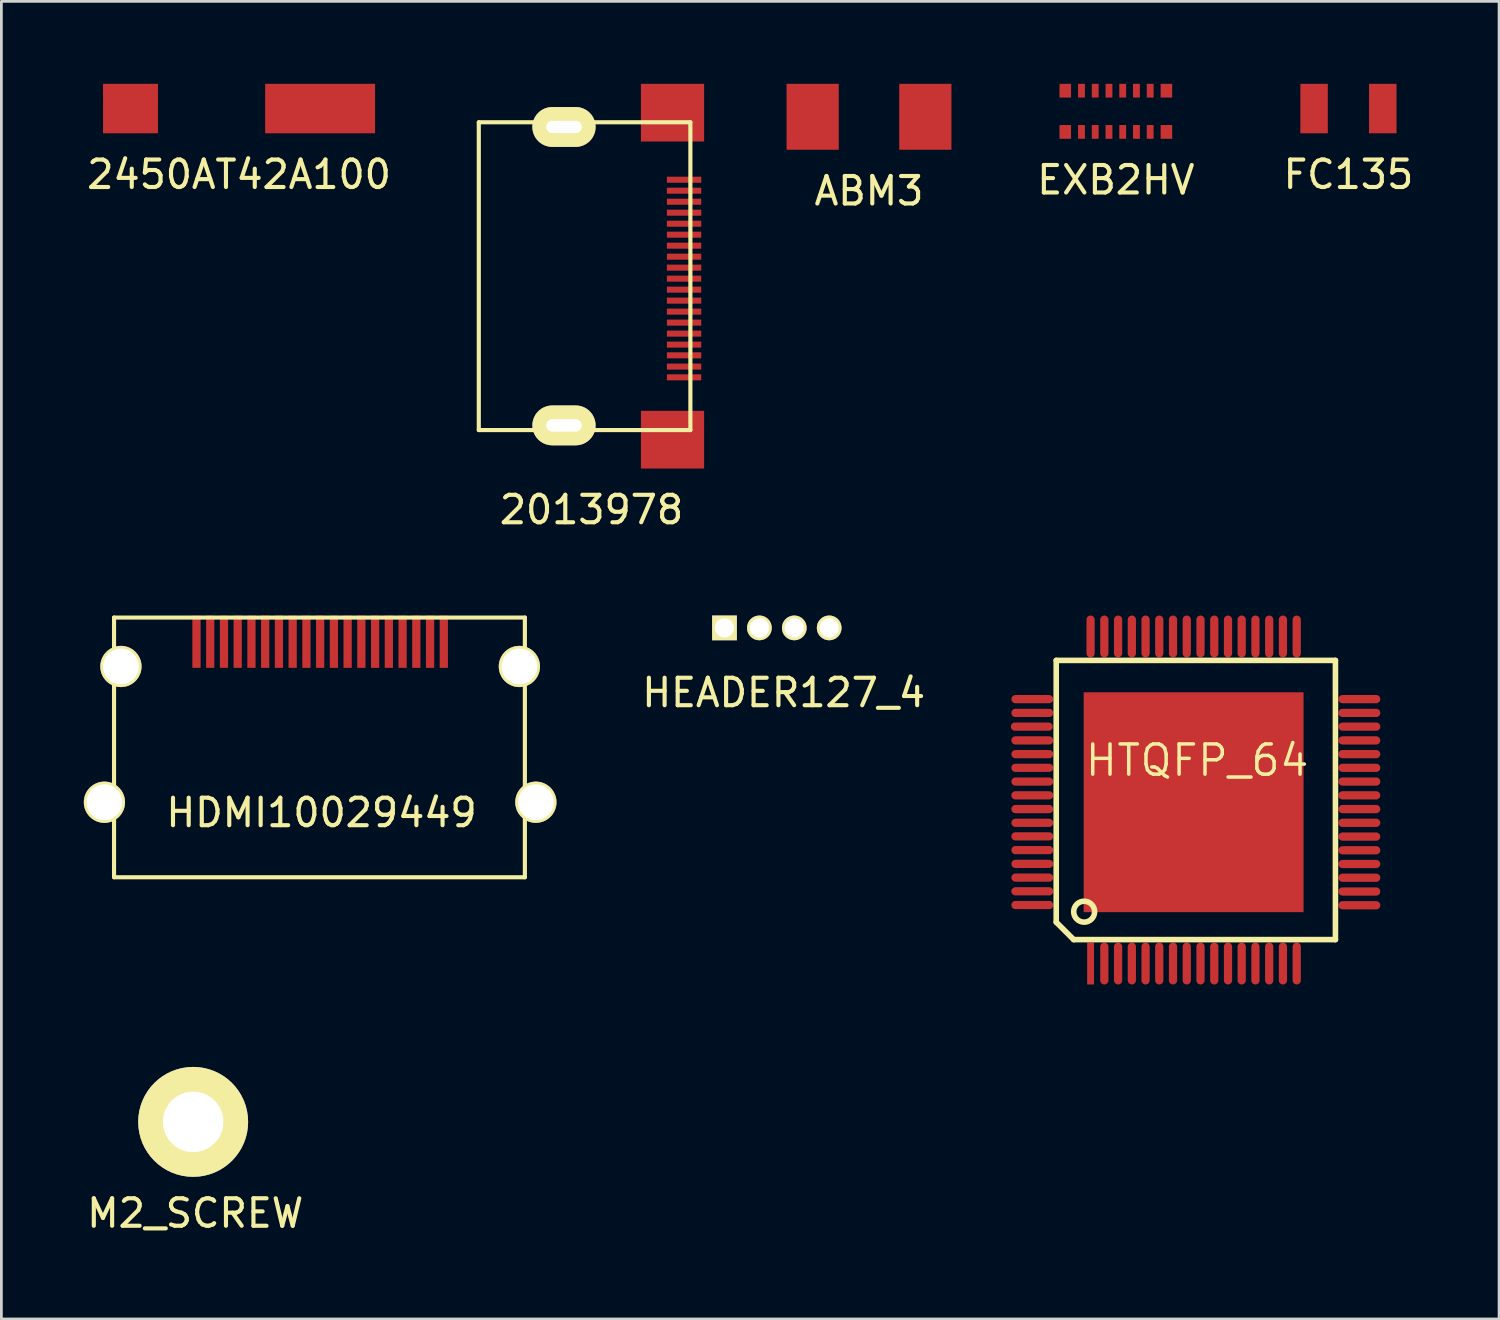
<source format=kicad_pcb>
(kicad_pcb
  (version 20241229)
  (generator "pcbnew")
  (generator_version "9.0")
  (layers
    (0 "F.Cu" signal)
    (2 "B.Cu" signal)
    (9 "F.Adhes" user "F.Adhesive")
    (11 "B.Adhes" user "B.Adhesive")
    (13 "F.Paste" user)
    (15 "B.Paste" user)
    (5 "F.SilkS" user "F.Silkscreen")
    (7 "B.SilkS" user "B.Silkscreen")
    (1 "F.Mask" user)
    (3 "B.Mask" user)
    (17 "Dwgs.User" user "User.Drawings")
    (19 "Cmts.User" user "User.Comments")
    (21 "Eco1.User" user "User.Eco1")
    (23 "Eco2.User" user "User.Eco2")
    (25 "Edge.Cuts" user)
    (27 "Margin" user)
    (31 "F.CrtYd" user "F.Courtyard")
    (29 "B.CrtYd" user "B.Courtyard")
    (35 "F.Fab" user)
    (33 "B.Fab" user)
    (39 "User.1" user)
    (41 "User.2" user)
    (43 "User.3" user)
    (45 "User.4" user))
  (footprint "2013978"
    (layer "F.Cu")
    (at 18.473 7)
    (property "Reference" "2013978" (at 0 8.5 0) (layer "F.SilkS") (effects (font (size 1 1) (thickness 0.15))))
    (attr through_hole)
    (fp_line (start -4.1 -5.6) (end 3.6 -5.6) (stroke (width 0.15) (type solid)) (layer "F.SilkS"))
    (fp_line (start -4.1 5.6) (end -4.1 -5.6) (stroke (width 0.15) (type solid)) (layer "F.SilkS"))
    (fp_line (start 3.6 -5.6) (end 3.6 5.6) (stroke (width 0.15) (type solid)) (layer "F.SilkS"))
    (fp_line (start 3.6 5.6) (end -4.1 5.6) (stroke (width 0.15) (type solid)) (layer "F.SilkS"))
    (pad "1" smd rect (at 3.37 3.68) (size 1.25 0.22) (layers "F.Cu" "F.Mask" "F.Paste"))
    (pad "2" smd rect (at 3.37 3.29) (size 1.25 0.22) (layers "F.Cu" "F.Mask" "F.Paste"))
    (pad "3" smd rect (at 3.37 2.88) (size 1.25 0.22) (layers "F.Cu" "F.Mask" "F.Paste"))
    (pad "4" smd rect (at 3.37 2.49) (size 1.25 0.22) (layers "F.Cu" "F.Mask" "F.Paste"))
    (pad "5" smd rect (at 3.37 2.09) (size 1.25 0.22) (layers "F.Cu" "F.Mask" "F.Paste"))
    (pad "6" smd rect (at 3.37 1.69) (size 1.25 0.22) (layers "F.Cu" "F.Mask" "F.Paste"))
    (pad "7" smd rect (at 3.37 1.29) (size 1.25 0.22) (layers "F.Cu" "F.Mask" "F.Paste"))
    (pad "8" smd rect (at 3.37 0.89) (size 1.25 0.22) (layers "F.Cu" "F.Mask" "F.Paste"))
    (pad "9" smd rect (at 3.37 0.49) (size 1.25 0.22) (layers "F.Cu" "F.Mask" "F.Paste"))
    (pad "10" smd rect (at 3.37 0.09) (size 1.25 0.22) (layers "F.Cu" "F.Mask" "F.Paste"))
    (pad "11" smd rect (at 3.37 -0.31) (size 1.25 0.22) (layers "F.Cu" "F.Mask" "F.Paste"))
    (pad "12" smd rect (at 3.37 -0.71) (size 1.25 0.22) (layers "F.Cu" "F.Mask" "F.Paste"))
    (pad "13" smd rect (at 3.37 -1.11) (size 1.25 0.22) (layers "F.Cu" "F.Mask" "F.Paste"))
    (pad "14" smd rect (at 3.37 -1.51) (size 1.25 0.22) (layers "F.Cu" "F.Mask" "F.Paste"))
    (pad "15" smd rect (at 3.37 -1.91) (size 1.25 0.22) (layers "F.Cu" "F.Mask" "F.Paste"))
    (pad "16" smd rect (at 3.37 -2.31) (size 1.25 0.22) (layers "F.Cu" "F.Mask" "F.Paste"))
    (pad "17" smd rect (at 3.37 -2.71) (size 1.25 0.22) (layers "F.Cu" "F.Mask" "F.Paste"))
    (pad "18" smd rect (at 3.37 -3.11) (size 1.25 0.22) (layers "F.Cu" "F.Mask" "F.Paste"))
    (pad "19" smd rect (at 3.37 -3.51) (size 1.25 0.22) (layers "F.Cu" "F.Mask" "F.Paste"))
    (pad "20" thru_hole oval (at -1 -5.43) (size 2.3 1.45) (drill oval 1.3 0.45) (layers "*.Cu" "*.Mask" "F.SilkS"))
    (pad "21" thru_hole oval (at -1 5.43) (size 2.3 1.45) (drill oval 1.3 0.45) (layers "*.Cu" "*.Mask" "F.SilkS"))
    (pad "22" smd rect (at 2.95 -5.95) (size 2.3 2.1) (layers "F.Cu" "F.Mask" "F.Paste"))
    (pad "23" smd rect (at 2.95 5.95) (size 2.3 2.1) (layers "F.Cu" "F.Mask" "F.Paste")))
  (footprint "HDMI10029449"
    (layer "F.Cu")
    (at 8.6 23.073)
    (property "Reference" "HDMI10029449" (at 0.05 3.45 0) (layer "F.SilkS") (effects (font (size 1 1) (thickness 0.15))))
    (attr through_hole)
    (fp_line (start -7.5 -3.65) (end -7.5 5.8) (stroke (width 0.15) (type solid)) (layer "F.SilkS"))
    (fp_line (start -7.5 5.8) (end 7.45 5.8) (stroke (width 0.15) (type solid)) (layer "F.SilkS"))
    (fp_line (start 7.45 -3.65) (end -7.5 -3.65) (stroke (width 0.15) (type solid)) (layer "F.SilkS"))
    (fp_line (start 7.45 5.8) (end 7.45 -3.65) (stroke (width 0.15) (type solid)) (layer "F.SilkS"))
    (pad "1" smd rect (at 4.5 -2.77) (size 0.3 1.9) (layers "F.Cu" "F.Mask" "F.Paste"))
    (pad "2" smd rect (at 4 -2.77) (size 0.3 1.9) (layers "F.Cu" "F.Mask" "F.Paste"))
    (pad "3" smd rect (at 3.5 -2.77) (size 0.3 1.9) (layers "F.Cu" "F.Mask" "F.Paste"))
    (pad "4" smd rect (at 3 -2.77) (size 0.3 1.9) (layers "F.Cu" "F.Mask" "F.Paste"))
    (pad "5" smd rect (at 2.5 -2.77) (size 0.3 1.9) (layers "F.Cu" "F.Mask" "F.Paste"))
    (pad "6" smd rect (at 2 -2.77) (size 0.3 1.9) (layers "F.Cu" "F.Mask" "F.Paste"))
    (pad "7" smd rect (at 1.5 -2.77) (size 0.3 1.9) (layers "F.Cu" "F.Mask" "F.Paste"))
    (pad "8" smd rect (at 1 -2.77) (size 0.3 1.9) (layers "F.Cu" "F.Mask" "F.Paste"))
    (pad "9" smd rect (at 0.5 -2.77) (size 0.3 1.9) (layers "F.Cu" "F.Mask" "F.Paste"))
    (pad "10" smd rect (at 0 -2.77) (size 0.3 1.9) (layers "F.Cu" "F.Mask" "F.Paste"))
    (pad "11" smd rect (at -0.5 -2.77) (size 0.3 1.9) (layers "F.Cu" "F.Mask" "F.Paste"))
    (pad "12" smd rect (at -1 -2.77) (size 0.3 1.9) (layers "F.Cu" "F.Mask" "F.Paste"))
    (pad "13" smd rect (at -1.5 -2.77) (size 0.3 1.9) (layers "F.Cu" "F.Mask" "F.Paste"))
    (pad "14" smd rect (at -2 -2.77) (size 0.3 1.9) (layers "F.Cu" "F.Mask" "F.Paste"))
    (pad "15" smd rect (at -2.5 -2.77) (size 0.3 1.9) (layers "F.Cu" "F.Mask" "F.Paste"))
    (pad "16" smd rect (at -3 -2.77) (size 0.3 1.9) (layers "F.Cu" "F.Mask" "F.Paste"))
    (pad "17" smd rect (at -3.5 -2.77) (size 0.3 1.9) (layers "F.Cu" "F.Mask" "F.Paste"))
    (pad "18" smd rect (at -4 -2.77) (size 0.3 1.9) (layers "F.Cu" "F.Mask" "F.Paste"))
    (pad "19" smd rect (at -4.5 -2.77) (size 0.3 1.9) (layers "F.Cu" "F.Mask" "F.Paste"))
    (pad "20" thru_hole circle (at -7.25 -1.87) (size 1.5 1.5) (drill 1.3) (layers "*.Cu" "*.Mask" "F.SilkS"))
    (pad "21" thru_hole circle (at -7.85 3.07) (size 1.5 1.5) (drill 1.3) (layers "*.Cu" "*.Mask" "F.SilkS"))
    (pad "22" thru_hole circle (at 7.25 -1.87) (size 1.5 1.5) (drill 1.3) (layers "*.Cu" "*.Mask" "F.SilkS"))
    (pad "23" thru_hole circle (at 7.85 3.07) (size 1.5 1.5) (drill 1.3) (layers "*.Cu" "*.Mask" "F.SilkS")))
  (footprint "EXB2HV"
    (layer "F.Cu")
    (at 37.555 1)
    (property "Reference" "EXB2HV" (at 0 2.5 0) (layer "F.SilkS") (effects (font (size 1 1) (thickness 0.15))))
    (attr through_hole)
    (pad "1" smd rect (at -1.84 0.75) (size 0.42 0.5) (layers "F.Cu" "F.Mask" "F.Paste"))
    (pad "2" smd rect (at -1.25 0.75) (size 0.25 0.5) (layers "F.Cu" "F.Mask" "F.Paste"))
    (pad "3" smd rect (at -0.75 0.75) (size 0.25 0.5) (layers "F.Cu" "F.Mask" "F.Paste"))
    (pad "4" smd rect (at -0.25 0.75) (size 0.25 0.5) (layers "F.Cu" "F.Mask" "F.Paste"))
    (pad "5" smd rect (at 0.25 0.75) (size 0.25 0.5) (layers "F.Cu" "F.Mask" "F.Paste"))
    (pad "6" smd rect (at 0.75 0.75) (size 0.25 0.5) (layers "F.Cu" "F.Mask" "F.Paste"))
    (pad "7" smd rect (at 1.25 0.75) (size 0.25 0.5) (layers "F.Cu" "F.Mask" "F.Paste"))
    (pad "8" smd rect (at 1.84 0.75) (size 0.42 0.5) (layers "F.Cu" "F.Mask" "F.Paste"))
    (pad "9" smd rect (at 1.84 -0.75) (size 0.42 0.5) (layers "F.Cu" "F.Mask" "F.Paste"))
    (pad "10" smd rect (at 1.25 -0.75) (size 0.25 0.5) (layers "F.Cu" "F.Mask" "F.Paste"))
    (pad "11" smd rect (at 0.75 -0.75) (size 0.25 0.5) (layers "F.Cu" "F.Mask" "F.Paste"))
    (pad "12" smd rect (at 0.25 -0.75) (size 0.25 0.5) (layers "F.Cu" "F.Mask" "F.Paste"))
    (pad "13" smd rect (at -0.25 -0.75) (size 0.25 0.5) (layers "F.Cu" "F.Mask" "F.Paste"))
    (pad "14" smd rect (at -0.75 -0.75) (size 0.25 0.5) (layers "F.Cu" "F.Mask" "F.Paste"))
    (pad "15" smd rect (at -1.25 -0.75) (size 0.25 0.5) (layers "F.Cu" "F.Mask" "F.Paste"))
    (pad "16" smd rect (at -1.84 -0.75) (size 0.42 0.5) (layers "F.Cu" "F.Mask" "F.Paste")))
  (footprint "FC135"
    (layer "F.Cu")
    (at 46.019 0.9)
    (property "Reference" "FC135" (at 0 2.4 0) (layer "F.SilkS") (effects (font (size 1 1) (thickness 0.15))))
    (attr through_hole)
    (pad "1" smd rect (at -1.25 0) (size 1 1.8) (layers "F.Cu" "F.Mask" "F.Paste"))
    (pad "2" smd rect (at 1.25 0) (size 1 1.8) (layers "F.Cu" "F.Mask" "F.Paste")))
  (footprint "M2_SCREW"
    (layer "F.Cu")
    (at 3.979 37.8)
    (property "Reference" "M2_SCREW" (at 0.075 3.3 0) (layer "F.SilkS") (effects (font (size 1 1) (thickness 0.15))))
    (attr through_hole)
    (pad "1" thru_hole circle (at 0 -0.025) (size 4 4) (drill 2.2) (layers "*.Cu" "*.Mask" "F.SilkS")))
  (footprint "HEADER127_4"
    (layer "F.Cu")
    (at 25.468 19.617)
    (property "Reference" "HEADER127_4" (at 0 2.54 0) (layer "F.SilkS") (effects (font (size 1 1) (thickness 0.15))))
    (attr through_hole)
    (pad "1" thru_hole rect (at -2.154 0.182) (size 0.9 0.9) (drill 0.7) (layers "*.Cu" "*.Mask" "F.SilkS"))
    (pad "2" thru_hole circle (at -0.884 0.182) (size 0.9 0.9) (drill 0.7) (layers "*.Cu" "*.Mask" "F.SilkS"))
    (pad "3" thru_hole circle (at 0.386 0.182) (size 0.9 0.9) (drill 0.7) (layers "*.Cu" "*.Mask" "F.SilkS"))
    (pad "4" thru_hole circle (at 1.656 0.182) (size 0.9 0.9) (drill 0.7) (layers "*.Cu" "*.Mask" "F.SilkS")))
  (footprint "2450AT42A100"
    (layer "F.Cu")
    (at 5.649 0.9)
    (property "Reference" "2450AT42A100" (at 0 2.4 0) (layer "F.SilkS") (effects (font (size 1 1) (thickness 0.15))))
    (attr through_hole)
    (pad "1" smd rect (at -3.95 0) (size 2 1.8) (layers "F.Cu" "F.Mask" "F.Paste"))
    (pad "2" smd rect (at 2.95 0) (size 4 1.8) (layers "F.Cu" "F.Mask" "F.Paste")))
  (footprint "ABM3"
    (layer "F.Cu")
    (at 28.573 1.2)
    (property "Reference" "ABM3" (at 0 2.7 0) (layer "F.SilkS") (effects (font (size 1 1) (thickness 0.15))))
    (attr through_hole)
    (pad "1" smd rect (at -2.05 0) (size 1.9 2.4) (layers "F.Cu" "F.Mask" "F.Paste"))
    (pad "2" smd rect (at 2.05 0) (size 1.9 2.4) (layers "F.Cu" "F.Mask" "F.Paste")))
  (footprint "HTQFP_64"
    (layer "F.Cu")
    (at 40.385 26.143)
    (property "Reference" "HTQFP_64" (at 0.127 -1.524 0) (layer "F.SilkS") (effects (font (size 1.1 1.1) (thickness 0.127))))
    (attr smd)
    (fp_line (start -4.999 -5.161) (end -4.999 4.364) (stroke (width 0.203) (type solid)) (layer "F.SilkS"))
    (fp_line (start -4.999 4.364) (end -4.364 4.999) (stroke (width 0.203) (type solid)) (layer "F.SilkS"))
    (fp_line (start -4.364 4.999) (end 5.161 4.999) (stroke (width 0.203) (type solid)) (layer "F.SilkS"))
    (fp_line (start 5.161 -5.161) (end -4.999 -5.161) (stroke (width 0.203) (type solid)) (layer "F.SilkS"))
    (fp_line (start 5.161 4.999) (end 5.161 -5.161) (stroke (width 0.203) (type solid)) (layer "F.SilkS"))
    (fp_circle (center -3.983 3.983) (end -3.983 3.602) (stroke (width 0.203) (type solid)) (fill no) (layer "F.SilkS"))
    (pad "1" smd rect (at -3.749 5.87) (size 0.249 1.524) (layers "F.Cu" "F.Mask" "F.Paste"))
    (pad "2" smd oval (at -3.249 5.87) (size 0.3 1.524) (layers "F.Cu" "F.Mask" "F.Paste"))
    (pad "3" smd oval (at -2.748 5.87) (size 0.3 1.524) (layers "F.Cu" "F.Mask" "F.Paste"))
    (pad "4" smd oval (at -2.248 5.87) (size 0.3 1.524) (layers "F.Cu" "F.Mask" "F.Paste"))
    (pad "5" smd oval (at -1.748 5.87) (size 0.3 1.524) (layers "F.Cu" "F.Mask" "F.Paste"))
    (pad "6" smd oval (at -1.25 5.87) (size 0.3 1.524) (layers "F.Cu" "F.Mask" "F.Paste"))
    (pad "7" smd oval (at -0.749 5.87) (size 0.3 1.524) (layers "F.Cu" "F.Mask" "F.Paste"))
    (pad "8" smd oval (at -0.249 5.87) (size 0.3 1.524) (layers "F.Cu" "F.Mask" "F.Paste"))
    (pad "9" smd oval (at 0.251 5.87) (size 0.3 1.524) (layers "F.Cu" "F.Mask" "F.Paste"))
    (pad "10" smd oval (at 0.752 5.87) (size 0.3 1.524) (layers "F.Cu" "F.Mask" "F.Paste"))
    (pad "11" smd oval (at 1.252 5.87) (size 0.3 1.524) (layers "F.Cu" "F.Mask" "F.Paste"))
    (pad "12" smd oval (at 1.75 5.87) (size 0.3 1.524) (layers "F.Cu" "F.Mask" "F.Paste"))
    (pad "13" smd oval (at 2.25 5.87) (size 0.3 1.524) (layers "F.Cu" "F.Mask" "F.Paste"))
    (pad "14" smd oval (at 2.751 5.87) (size 0.3 1.524) (layers "F.Cu" "F.Mask" "F.Paste"))
    (pad "15" smd oval (at 3.251 5.87) (size 0.3 1.524) (layers "F.Cu" "F.Mask" "F.Paste"))
    (pad "16" smd oval (at 3.752 5.87) (size 0.3 1.524) (layers "F.Cu" "F.Mask" "F.Paste"))
    (pad "17" smd oval (at 6.032 3.749) (size 1.524 0.3) (layers "F.Cu" "F.Mask" "F.Paste"))
    (pad "18" smd oval (at 6.032 3.249) (size 1.524 0.3) (layers "F.Cu" "F.Mask" "F.Paste"))
    (pad "19" smd oval (at 6.032 2.748) (size 1.524 0.3) (layers "F.Cu" "F.Mask" "F.Paste"))
    (pad "20" smd oval (at 6.032 2.248) (size 1.524 0.3) (layers "F.Cu" "F.Mask" "F.Paste"))
    (pad "21" smd oval (at 6.032 1.748) (size 1.524 0.3) (layers "F.Cu" "F.Mask" "F.Paste"))
    (pad "22" smd oval (at 6.032 1.25) (size 1.524 0.3) (layers "F.Cu" "F.Mask" "F.Paste"))
    (pad "23" smd oval (at 6.032 0.749) (size 1.524 0.3) (layers "F.Cu" "F.Mask" "F.Paste"))
    (pad "24" smd oval (at 6.032 0.249) (size 1.524 0.3) (layers "F.Cu" "F.Mask" "F.Paste"))
    (pad "25" smd oval (at 6.032 -0.251) (size 1.524 0.3) (layers "F.Cu" "F.Mask" "F.Paste"))
    (pad "26" smd oval (at 6.032 -0.752) (size 1.524 0.3) (layers "F.Cu" "F.Mask" "F.Paste"))
    (pad "27" smd oval (at 6.032 -1.252) (size 1.524 0.3) (layers "F.Cu" "F.Mask" "F.Paste"))
    (pad "28" smd oval (at 6.032 -1.75) (size 1.524 0.3) (layers "F.Cu" "F.Mask" "F.Paste"))
    (pad "29" smd oval (at 6.032 -2.25) (size 1.524 0.3) (layers "F.Cu" "F.Mask" "F.Paste"))
    (pad "30" smd oval (at 6.032 -2.751) (size 1.524 0.3) (layers "F.Cu" "F.Mask" "F.Paste"))
    (pad "31" smd oval (at 6.032 -3.251) (size 1.524 0.3) (layers "F.Cu" "F.Mask" "F.Paste"))
    (pad "32" smd oval (at 6.032 -3.752) (size 1.524 0.3) (layers "F.Cu" "F.Mask" "F.Paste"))
    (pad "33" smd oval (at 3.752 -6.032) (size 0.3 1.524) (layers "F.Cu" "F.Mask" "F.Paste"))
    (pad "34" smd oval (at 3.251 -6.032) (size 0.3 1.524) (layers "F.Cu" "F.Mask" "F.Paste"))
    (pad "35" smd oval (at 2.751 -6.032) (size 0.3 1.524) (layers "F.Cu" "F.Mask" "F.Paste"))
    (pad "36" smd oval (at 2.25 -6.032) (size 0.3 1.524) (layers "F.Cu" "F.Mask" "F.Paste"))
    (pad "37" smd oval (at 1.75 -6.032) (size 0.3 1.524) (layers "F.Cu" "F.Mask" "F.Paste"))
    (pad "38" smd oval (at 1.252 -6.032) (size 0.3 1.524) (layers "F.Cu" "F.Mask" "F.Paste"))
    (pad "39" smd oval (at 0.752 -6.032) (size 0.3 1.524) (layers "F.Cu" "F.Mask" "F.Paste"))
    (pad "40" smd oval (at 0.251 -6.032) (size 0.3 1.524) (layers "F.Cu" "F.Mask" "F.Paste"))
    (pad "41" smd oval (at -0.249 -6.032) (size 0.3 1.524) (layers "F.Cu" "F.Mask" "F.Paste"))
    (pad "42" smd oval (at -0.749 -6.032) (size 0.3 1.524) (layers "F.Cu" "F.Mask" "F.Paste"))
    (pad "43" smd oval (at -1.25 -6.032) (size 0.3 1.524) (layers "F.Cu" "F.Mask" "F.Paste"))
    (pad "44" smd oval (at -1.748 -6.032) (size 0.3 1.524) (layers "F.Cu" "F.Mask" "F.Paste"))
    (pad "45" smd oval (at -2.248 -6.032) (size 0.3 1.524) (layers "F.Cu" "F.Mask" "F.Paste"))
    (pad "46" smd oval (at -2.748 -6.032) (size 0.3 1.524) (layers "F.Cu" "F.Mask" "F.Paste"))
    (pad "47" smd oval (at -3.249 -6.032) (size 0.3 1.524) (layers "F.Cu" "F.Mask" "F.Paste"))
    (pad "48" smd oval (at -3.749 -6.032) (size 0.3 1.524) (layers "F.Cu" "F.Mask" "F.Paste"))
    (pad "49" smd oval (at -5.87 -3.752) (size 1.524 0.3) (layers "F.Cu" "F.Mask" "F.Paste"))
    (pad "50" smd oval (at -5.87 -3.251) (size 1.524 0.3) (layers "F.Cu" "F.Mask" "F.Paste"))
    (pad "51" smd oval (at -5.888 -2.751) (size 1.524 0.3) (layers "F.Cu" "F.Mask" "F.Paste"))
    (pad "52" smd oval (at -5.87 -2.25) (size 1.524 0.3) (layers "F.Cu" "F.Mask" "F.Paste"))
    (pad "53" smd oval (at -5.87 -1.75) (size 1.524 0.3) (layers "F.Cu" "F.Mask" "F.Paste"))
    (pad "54" smd oval (at -5.87 -1.252) (size 1.524 0.3) (layers "F.Cu" "F.Mask" "F.Paste"))
    (pad "55" smd oval (at -5.87 -0.752) (size 1.524 0.3) (layers "F.Cu" "F.Mask" "F.Paste"))
    (pad "56" smd oval (at -5.87 -0.251) (size 1.524 0.3) (layers "F.Cu" "F.Mask" "F.Paste"))
    (pad "57" smd oval (at -5.87 0.249) (size 1.524 0.3) (layers "F.Cu" "F.Mask" "F.Paste"))
    (pad "58" smd oval (at -5.87 0.749) (size 1.524 0.3) (layers "F.Cu" "F.Mask" "F.Paste"))
    (pad "59" smd oval (at -5.87 1.242) (size 1.524 0.3) (layers "F.Cu" "F.Mask" "F.Paste"))
    (pad "60" smd oval (at -5.87 1.742) (size 1.524 0.3) (layers "F.Cu" "F.Mask" "F.Paste"))
    (pad "61" smd oval (at -5.87 2.243) (size 1.524 0.3) (layers "F.Cu" "F.Mask" "F.Paste"))
    (pad "62" smd oval (at -5.87 2.743) (size 1.524 0.3) (layers "F.Cu" "F.Mask" "F.Paste"))
    (pad "63" smd oval (at -5.87 3.241) (size 1.524 0.3) (layers "F.Cu" "F.Mask" "F.Paste"))
    (pad "64" smd oval (at -5.87 3.741) (size 1.524 0.3) (layers "F.Cu" "F.Mask" "F.Paste"))
    (pad "65" smd rect (at 0 0) (size 8.001 8.001) (layers "F.Cu" "F.Mask" "F.Paste")))
  (gr_rect
    (start -3 -3)
    (end 51.501 44.948)
    (stroke (width 0.1) (type default))
    (fill no)
    (layer "Edge.Cuts")))
</source>
